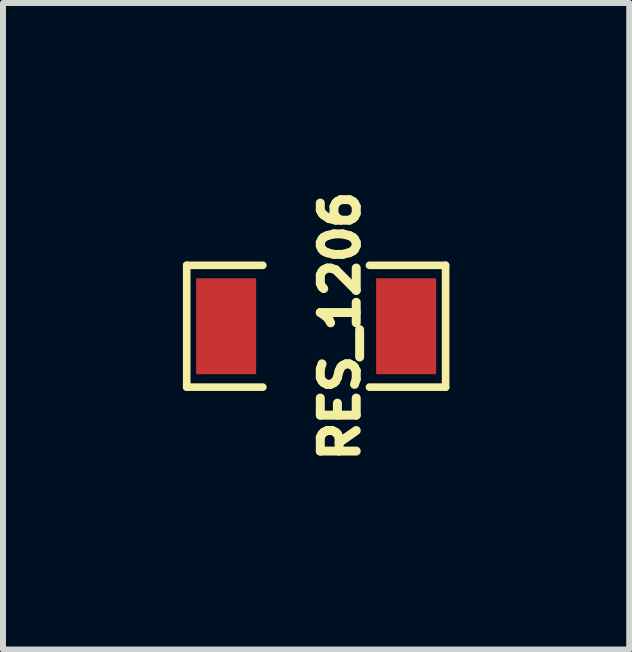
<source format=kicad_pcb>
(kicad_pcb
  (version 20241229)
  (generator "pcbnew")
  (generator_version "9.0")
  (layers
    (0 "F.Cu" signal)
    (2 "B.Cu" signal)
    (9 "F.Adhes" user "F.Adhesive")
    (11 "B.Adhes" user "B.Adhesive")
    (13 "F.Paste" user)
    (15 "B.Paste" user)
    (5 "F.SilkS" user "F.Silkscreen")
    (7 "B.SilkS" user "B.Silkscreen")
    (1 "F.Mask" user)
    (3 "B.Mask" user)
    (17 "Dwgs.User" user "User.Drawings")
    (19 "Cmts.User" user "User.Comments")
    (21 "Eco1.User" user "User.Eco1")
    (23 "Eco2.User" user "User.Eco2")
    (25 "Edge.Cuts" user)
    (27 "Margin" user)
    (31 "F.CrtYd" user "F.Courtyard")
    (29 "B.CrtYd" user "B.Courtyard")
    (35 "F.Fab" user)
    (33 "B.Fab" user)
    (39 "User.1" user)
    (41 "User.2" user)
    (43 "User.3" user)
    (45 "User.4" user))
  (footprint "RES_1206"
    (layer "F.Cu")
    (at 2.223 2.391)
    (property "Reference" "RES_1206" (at 0.399 0 270) (layer "F.SilkS") (effects (font (size 0.599 0.599) (thickness 0.15))))
    (attr smd)
    (fp_line (start -2.159 -1.016) (end -2.159 1.016) (stroke (width 0.127) (type solid)) (layer "F.SilkS"))
    (fp_line (start -2.159 1.016) (end -0.889 1.016) (stroke (width 0.127) (type solid)) (layer "F.SilkS"))
    (fp_line (start -0.889 -1.016) (end -2.159 -1.016) (stroke (width 0.127) (type solid)) (layer "F.SilkS"))
    (fp_line (start 0.889 -1.016) (end 2.159 -1.016) (stroke (width 0.127) (type solid)) (layer "F.SilkS"))
    (fp_line (start 2.159 -1.016) (end 2.159 1.016) (stroke (width 0.127) (type solid)) (layer "F.SilkS"))
    (fp_line (start 2.159 1.016) (end 0.889 1.016) (stroke (width 0.127) (type solid)) (layer "F.SilkS"))
    (pad "1" smd rect (at -1.501 0) (size 1.001 1.6) (layers "F.Cu" "F.Mask" "F.Paste"))
    (pad "2" smd rect (at 1.501 0) (size 1.001 1.6) (layers "F.Cu" "F.Mask" "F.Paste")))
  (gr_rect
    (start -3 -3)
    (end 7.445 7.783)
    (stroke (width 0.1) (type default))
    (fill no)
    (layer "Edge.Cuts")))
</source>
